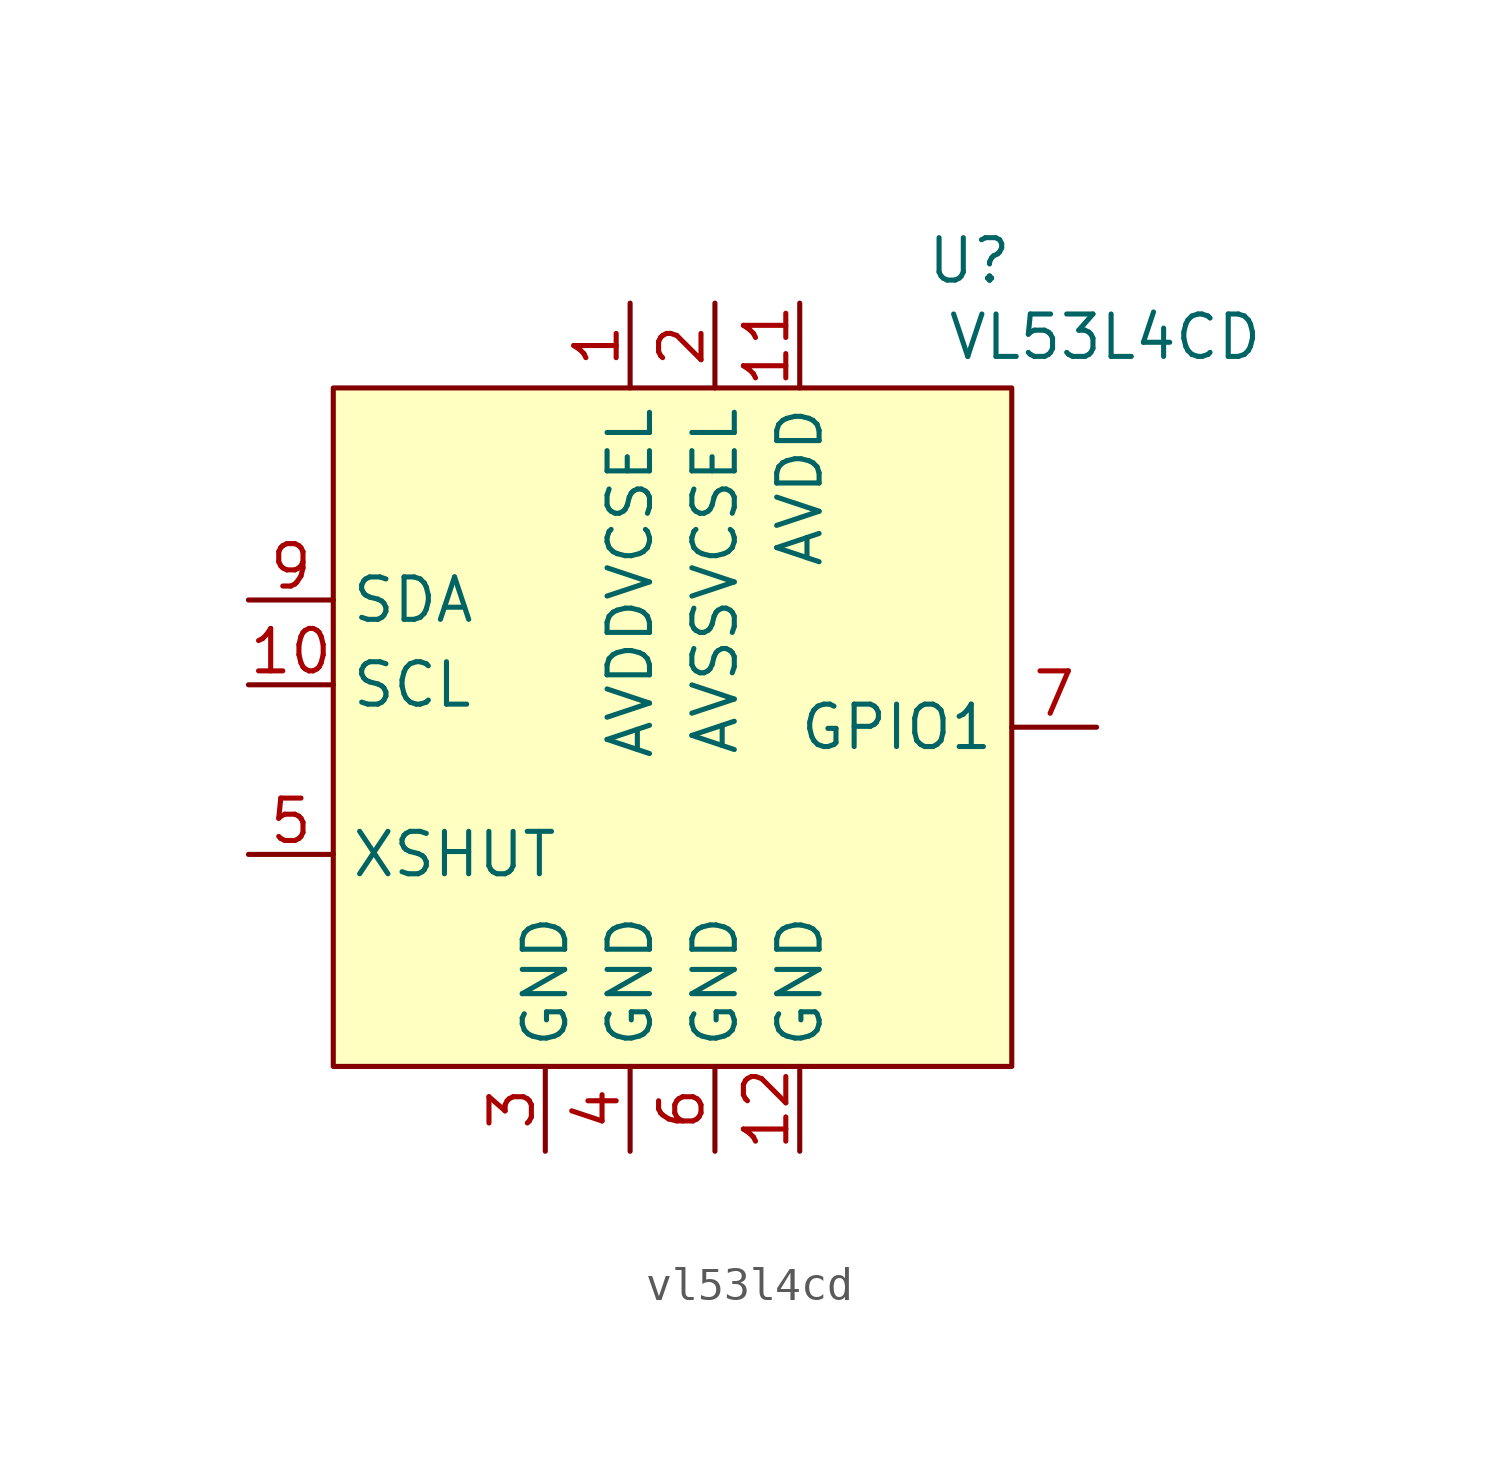
<source format=kicad_sym>
(kicad_symbol_lib
  (version 20231120)
  (generator "kicad_symbol_editor")
  (generator_version "8.0")
  (symbol "vl53l4cd"
    (property "Reference" "U"
      (at 8.89 13.97 0)
      (effects (font (size 1.27 1.27))))
    (property "Value" "VL53L4CD"
      (at 12.954 11.684 0)
      (effects (font (size 1.27 1.27))))
    (symbol "vl53l4cd_0_0"
      (pin power_in line (at -1.27 12.7 270) (length 2.54) (name "AVDDVCSEL" (effects (font (size 1.27 1.27)))) (number "1" (effects (font (size 1.27 1.27)))))
      (pin power_in line (at 3.81 12.7 270) (length 2.54) (name "AVDD" (effects (font (size 1.27 1.27)))) (number "11" (effects (font (size 1.27 1.27)))))
      (pin power_in line (at 3.81 -12.7 90) (length 2.54) (name "GND" (effects (font (size 1.27 1.27)))) (number "12" (effects (font (size 1.27 1.27)))))
      (pin power_in line (at 1.27 12.7 270) (length 2.54) (name "AVSSVCSEL" (effects (font (size 1.27 1.27)))) (number "2" (effects (font (size 1.27 1.27)))))
      (pin power_in line (at -3.81 -12.7 90) (length 2.54) (name "GND" (effects (font (size 1.27 1.27)))) (number "3" (effects (font (size 1.27 1.27)))))
      (pin power_in line (at -1.27 -12.7 90) (length 2.54) (name "GND" (effects (font (size 1.27 1.27)))) (number "4" (effects (font (size 1.27 1.27)))))
      (pin input line (at -12.7 -3.81 0) (length 2.54) (name "XSHUT" (effects (font (size 1.27 1.27)))) (number "5" (effects (font (size 1.27 1.27)))))
      (pin power_in line (at 1.27 -12.7 90) (length 2.54) (name "GND" (effects (font (size 1.27 1.27)))) (number "6" (effects (font (size 1.27 1.27)))))
      (pin output line (at 12.7 0 180) (length 2.54) (name "GPIO1" (effects (font (size 1.27 1.27)))) (number "7" (effects (font (size 1.27 1.27))))))
    (symbol "vl53l4cd_1_0"
      (pin input line (at -12.7 1.27 0) (length 2.54) (name "SCL" (effects (font (size 1.27 1.27)))) (number "10" (effects (font (size 1.27 1.27)))))
      (pin no_connect line (at 6.35 -12.7 90) (length 2.54) hide (name "DNC" (effects (font (size 1.27 1.27)))) (number "8" (effects (font (size 1.27 1.27)))))
      (pin input line (at -12.7 3.81 0) (length 2.54) (name "SDA" (effects (font (size 1.27 1.27)))) (number "9" (effects (font (size 1.27 1.27))))))
    (symbol "vl53l4cd_1_1"
      (rectangle (start -10.16 10.16) (end 10.16 -10.16) (stroke (width 0) (type default)) (fill (type background))))))
</source>
